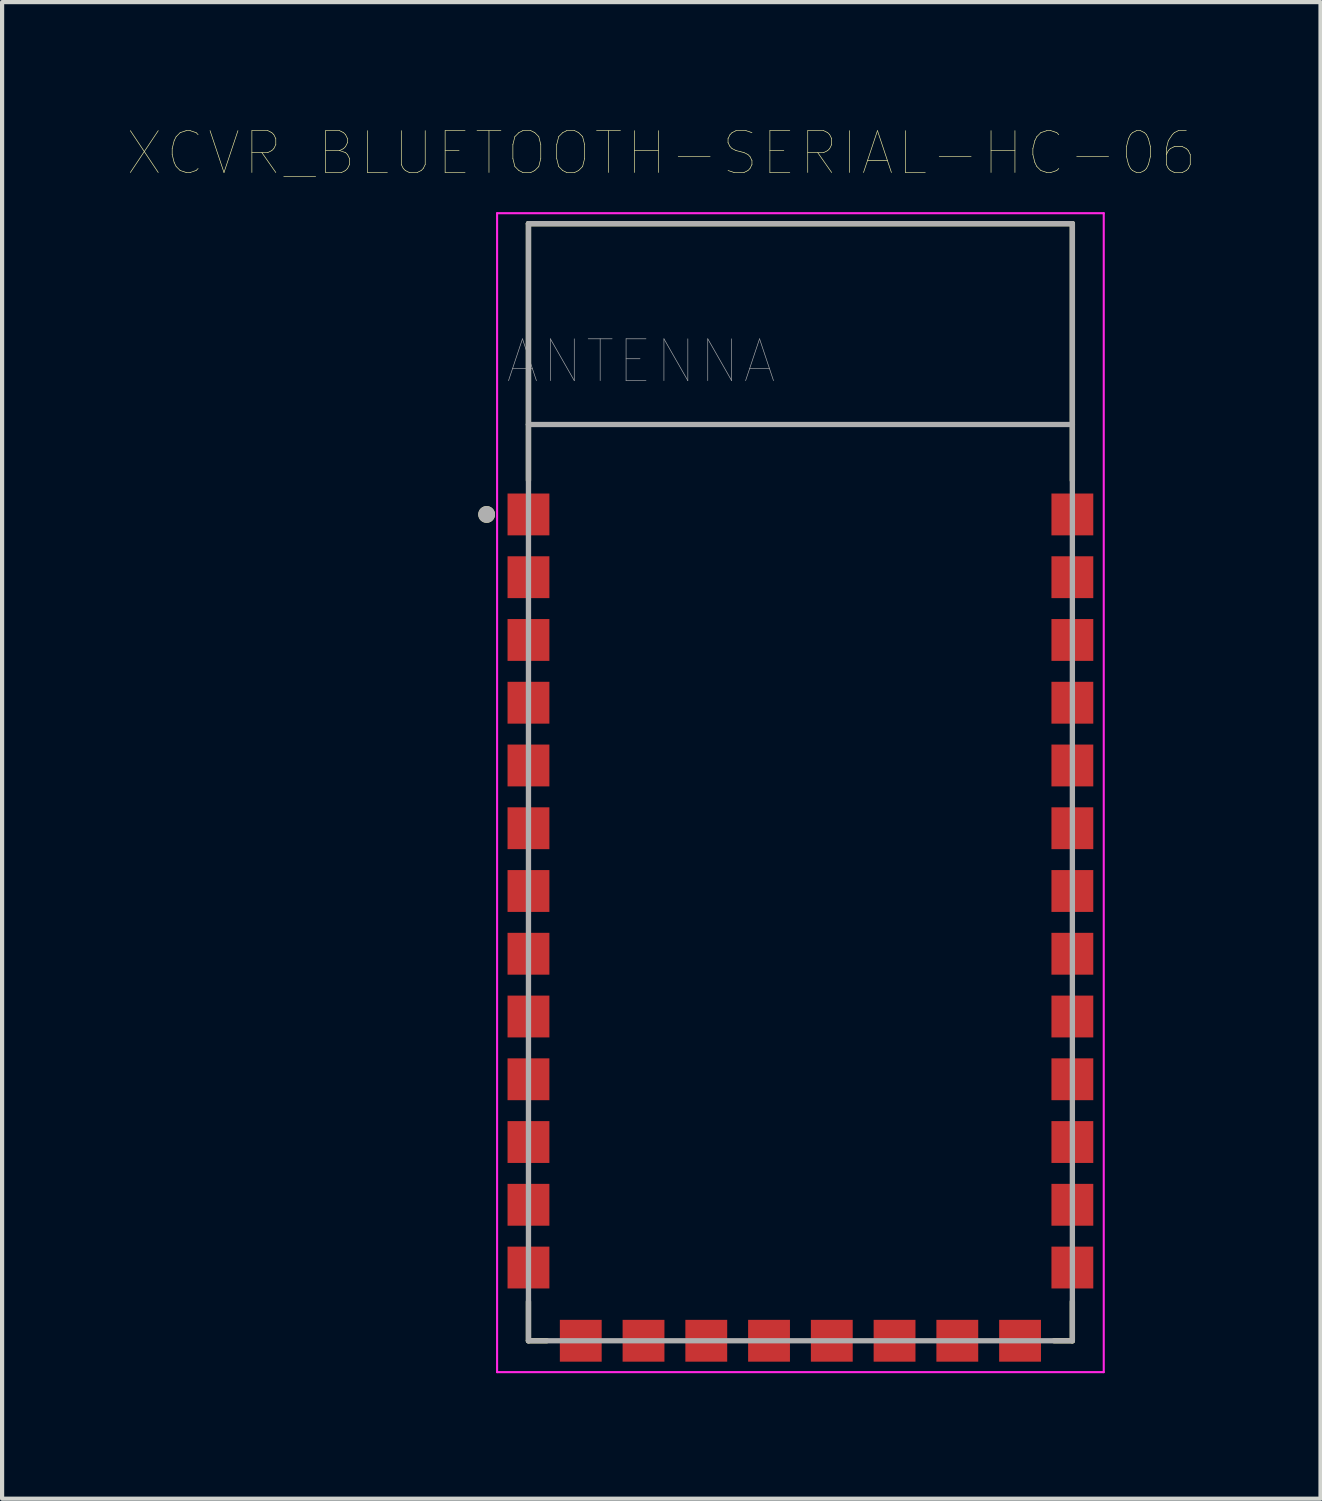
<source format=kicad_pcb>
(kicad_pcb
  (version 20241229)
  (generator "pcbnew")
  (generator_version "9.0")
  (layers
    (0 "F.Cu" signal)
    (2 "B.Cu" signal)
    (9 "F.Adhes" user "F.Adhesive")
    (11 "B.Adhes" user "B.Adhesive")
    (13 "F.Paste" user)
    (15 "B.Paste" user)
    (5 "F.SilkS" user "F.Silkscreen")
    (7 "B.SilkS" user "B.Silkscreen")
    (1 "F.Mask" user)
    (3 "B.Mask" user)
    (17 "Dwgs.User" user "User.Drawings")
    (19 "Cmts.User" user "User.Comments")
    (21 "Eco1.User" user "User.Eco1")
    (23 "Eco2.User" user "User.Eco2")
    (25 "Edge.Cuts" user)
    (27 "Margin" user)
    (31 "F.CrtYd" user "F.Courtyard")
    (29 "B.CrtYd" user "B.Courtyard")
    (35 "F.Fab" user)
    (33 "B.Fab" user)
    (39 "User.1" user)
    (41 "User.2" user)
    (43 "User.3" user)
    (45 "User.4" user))
  (footprint "XCVR_BLUETOOTH-SERIAL-HC-06"
    (layer "F.Cu")
    (at 16.081 15.746)
    (property "Reference" "XCVR_BLUETOOTH-SERIAL-HC-06" (at -3.325 -15.135 0) (layer "F.SilkS") (effects (font (size 1 1) (thickness 0.015))))
    (attr through_hole)
    (fp_line (start -6.5 -13.45) (end 6.5 -13.45) (stroke (width 0.127) (type solid)) (layer "F.SilkS"))
    (fp_line (start -6.5 -7.314) (end -6.5 -13.45) (stroke (width 0.127) (type solid)) (layer "F.SilkS"))
    (fp_line (start -6.5 12.313) (end -6.5 13.25) (stroke (width 0.127) (type solid)) (layer "F.SilkS"))
    (fp_line (start -6.5 13.25) (end -6.064 13.25) (stroke (width 0.127) (type solid)) (layer "F.SilkS"))
    (fp_line (start 6.064 13.25) (end 6.5 13.25) (stroke (width 0.127) (type solid)) (layer "F.SilkS"))
    (fp_line (start 6.5 -13.45) (end 6.5 -7.314) (stroke (width 0.127) (type solid)) (layer "F.SilkS"))
    (fp_line (start 6.5 13.25) (end 6.5 12.313) (stroke (width 0.127) (type solid)) (layer "F.SilkS"))
    (fp_circle (center -7.5 -6.5) (end -7.4 -6.5) (stroke (width 0.2) (type solid)) (fill no) (layer "F.SilkS"))
    (fp_line (start -7.25 -13.7) (end 7.25 -13.7) (stroke (width 0.05) (type solid)) (layer "F.CrtYd"))
    (fp_line (start -7.25 14) (end -7.25 -13.7) (stroke (width 0.05) (type solid)) (layer "F.CrtYd"))
    (fp_line (start 7.25 -13.7) (end 7.25 14) (stroke (width 0.05) (type solid)) (layer "F.CrtYd"))
    (fp_line (start 7.25 14) (end -7.25 14) (stroke (width 0.05) (type solid)) (layer "F.CrtYd"))
    (fp_line (start -6.5 -13.45) (end 6.5 -13.45) (stroke (width 0.127) (type solid)) (layer "F.Fab"))
    (fp_line (start -6.5 -8.65) (end -6.5 -13.45) (stroke (width 0.127) (type solid)) (layer "F.Fab"))
    (fp_line (start -6.5 -8.65) (end 6.5 -8.65) (stroke (width 0.127) (type solid)) (layer "F.Fab"))
    (fp_line (start -6.5 13.25) (end -6.5 -8.65) (stroke (width 0.127) (type solid)) (layer "F.Fab"))
    (fp_line (start 6.5 -13.45) (end 6.5 -8.65) (stroke (width 0.127) (type solid)) (layer "F.Fab"))
    (fp_line (start 6.5 -8.65) (end 6.5 13.25) (stroke (width 0.127) (type solid)) (layer "F.Fab"))
    (fp_line (start 6.5 13.25) (end -6.5 13.25) (stroke (width 0.127) (type solid)) (layer "F.Fab"))
    (fp_circle (center -7.5 -6.5) (end -7.4 -6.5) (stroke (width 0.2) (type solid)) (fill no) (layer "F.Fab"))
    (fp_text user "ANTENNA" (at -3.81 -10.16 0) (layer "F.Fab") (effects (font (size 1 1) (thickness 0.015))))
    (pad "1" smd rect (at -6.5 -6.5) (size 1 1) (layers "F.Cu" "F.Mask" "F.Paste"))
    (pad "2" smd rect (at -6.5 -5) (size 1 1) (layers "F.Cu" "F.Mask" "F.Paste"))
    (pad "3" smd rect (at -6.5 -3.5) (size 1 1) (layers "F.Cu" "F.Mask" "F.Paste"))
    (pad "4" smd rect (at -6.5 -2) (size 1 1) (layers "F.Cu" "F.Mask" "F.Paste"))
    (pad "5" smd rect (at -6.5 -0.5) (size 1 1) (layers "F.Cu" "F.Mask" "F.Paste"))
    (pad "6" smd rect (at -6.5 1) (size 1 1) (layers "F.Cu" "F.Mask" "F.Paste"))
    (pad "7" smd rect (at -6.5 2.5) (size 1 1) (layers "F.Cu" "F.Mask" "F.Paste"))
    (pad "8" smd rect (at -6.5 4) (size 1 1) (layers "F.Cu" "F.Mask" "F.Paste"))
    (pad "9" smd rect (at -6.5 5.5) (size 1 1) (layers "F.Cu" "F.Mask" "F.Paste"))
    (pad "10" smd rect (at -6.5 7) (size 1 1) (layers "F.Cu" "F.Mask" "F.Paste"))
    (pad "11" smd rect (at -6.5 8.5) (size 1 1) (layers "F.Cu" "F.Mask" "F.Paste"))
    (pad "12" smd rect (at -6.5 10) (size 1 1) (layers "F.Cu" "F.Mask" "F.Paste"))
    (pad "13" smd rect (at -6.5 11.5) (size 1 1) (layers "F.Cu" "F.Mask" "F.Paste"))
    (pad "14" smd rect (at -5.25 13.25) (size 1 1) (layers "F.Cu" "F.Mask" "F.Paste"))
    (pad "15" smd rect (at -3.75 13.25) (size 1 1) (layers "F.Cu" "F.Mask" "F.Paste"))
    (pad "16" smd rect (at -2.25 13.25) (size 1 1) (layers "F.Cu" "F.Mask" "F.Paste"))
    (pad "17" smd rect (at -0.75 13.25) (size 1 1) (layers "F.Cu" "F.Mask" "F.Paste"))
    (pad "18" smd rect (at 0.75 13.25) (size 1 1) (layers "F.Cu" "F.Mask" "F.Paste"))
    (pad "19" smd rect (at 2.25 13.25) (size 1 1) (layers "F.Cu" "F.Mask" "F.Paste"))
    (pad "20" smd rect (at 3.75 13.25) (size 1 1) (layers "F.Cu" "F.Mask" "F.Paste"))
    (pad "21" smd rect (at 5.25 13.25) (size 1 1) (layers "F.Cu" "F.Mask" "F.Paste"))
    (pad "22" smd rect (at 6.5 11.5) (size 1 1) (layers "F.Cu" "F.Mask" "F.Paste"))
    (pad "23" smd rect (at 6.5 10) (size 1 1) (layers "F.Cu" "F.Mask" "F.Paste"))
    (pad "24" smd rect (at 6.5 8.5) (size 1 1) (layers "F.Cu" "F.Mask" "F.Paste"))
    (pad "25" smd rect (at 6.5 7) (size 1 1) (layers "F.Cu" "F.Mask" "F.Paste"))
    (pad "26" smd rect (at 6.5 5.5) (size 1 1) (layers "F.Cu" "F.Mask" "F.Paste"))
    (pad "27" smd rect (at 6.5 4) (size 1 1) (layers "F.Cu" "F.Mask" "F.Paste"))
    (pad "28" smd rect (at 6.5 2.5) (size 1 1) (layers "F.Cu" "F.Mask" "F.Paste"))
    (pad "29" smd rect (at 6.5 1) (size 1 1) (layers "F.Cu" "F.Mask" "F.Paste"))
    (pad "30" smd rect (at 6.5 -0.5) (size 1 1) (layers "F.Cu" "F.Mask" "F.Paste"))
    (pad "31" smd rect (at 6.5 -2) (size 1 1) (layers "F.Cu" "F.Mask" "F.Paste"))
    (pad "32" smd rect (at 6.5 -3.5) (size 1 1) (layers "F.Cu" "F.Mask" "F.Paste"))
    (pad "33" smd rect (at 6.5 -5) (size 1 1) (layers "F.Cu" "F.Mask" "F.Paste"))
    (pad "34" smd rect (at 6.5 -6.5) (size 1 1) (layers "F.Cu" "F.Mask" "F.Paste")))
  (gr_rect
    (start -3 -3)
    (end 28.512 32.771)
    (stroke (width 0.1) (type default))
    (fill no)
    (layer "Edge.Cuts")))
</source>
